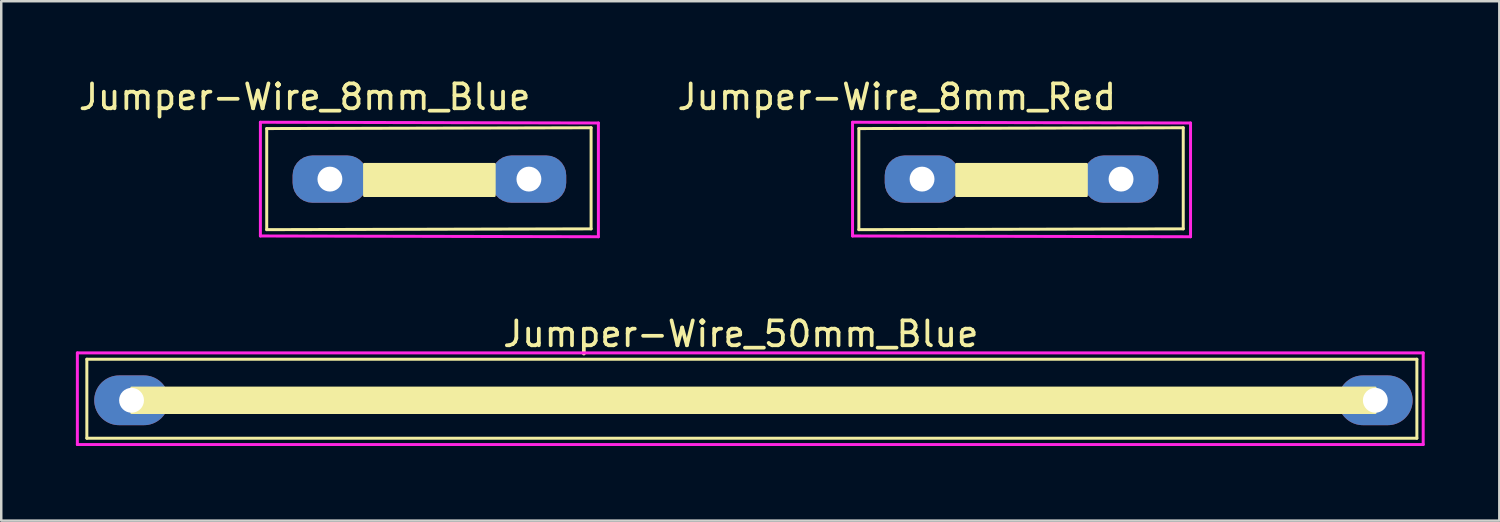
<source format=kicad_pcb>
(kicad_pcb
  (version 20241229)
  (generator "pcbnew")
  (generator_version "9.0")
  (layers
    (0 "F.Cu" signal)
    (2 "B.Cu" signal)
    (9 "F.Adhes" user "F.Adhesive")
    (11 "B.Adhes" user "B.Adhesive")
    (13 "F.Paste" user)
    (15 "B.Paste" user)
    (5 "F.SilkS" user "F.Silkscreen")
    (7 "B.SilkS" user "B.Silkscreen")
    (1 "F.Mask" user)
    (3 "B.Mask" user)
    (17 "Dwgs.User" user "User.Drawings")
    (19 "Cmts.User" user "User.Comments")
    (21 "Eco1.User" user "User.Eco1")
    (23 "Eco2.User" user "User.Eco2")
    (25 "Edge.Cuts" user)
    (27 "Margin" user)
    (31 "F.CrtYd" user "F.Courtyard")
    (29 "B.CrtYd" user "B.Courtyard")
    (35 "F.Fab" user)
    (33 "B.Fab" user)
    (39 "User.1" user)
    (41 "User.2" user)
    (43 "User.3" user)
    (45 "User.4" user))
  (footprint "Jumper-Wire_50mm_Blue"
    (layer "F.Cu")
    (at 27.238 13.042)
    (property "Reference" "Jumper-Wire_50mm_Blue" (at -0.508 -2.667 0) (layer "F.SilkS") (effects (font (size 1 1) (thickness 0.15))))
    (attr through_hole)
    (fp_line (start -26.797 -1.651) (end 26.67 -1.651) (stroke (width 0.12) (type solid)) (layer "F.SilkS"))
    (fp_line (start -26.797 1.524) (end -26.797 -1.651) (stroke (width 0.12) (type solid)) (layer "F.SilkS"))
    (fp_line (start 26.67 -1.651) (end 26.67 1.524) (stroke (width 0.12) (type solid)) (layer "F.SilkS"))
    (fp_line (start 26.67 1.524) (end -26.797 1.524) (stroke (width 0.12) (type solid)) (layer "F.SilkS"))
    (fp_poly (pts (xy 25 0.5) (xy -25 0.5) (xy -25 -0.5) (xy 25 -0.5)) (stroke (width 0.1) (type solid)) (fill yes) (layer "F.SilkS"))
    (fp_line (start -27.178 -1.905) (end -27.178 1.778) (stroke (width 0.12) (type solid)) (layer "F.CrtYd"))
    (fp_line (start -27.178 1.778) (end 26.924 1.778) (stroke (width 0.12) (type solid)) (layer "F.CrtYd"))
    (fp_line (start 26.924 -1.905) (end -27.178 -1.905) (stroke (width 0.12) (type solid)) (layer "F.CrtYd"))
    (fp_line (start 26.924 1.778) (end 26.924 -1.905) (stroke (width 0.12) (type solid)) (layer "F.CrtYd"))
    (pad "1" thru_hole oval (at -25 0) (size 3 2) (drill 1) (layers "B.Cu"))
    (pad "2" thru_hole oval (at 25 0) (size 3 2) (drill 1) (layers "B.Cu")))
  (footprint "Jumper-Wire_8mm_Red"
    (layer "F.Cu")
    (at 34.016 4.15)
    (property "Reference" "Jumper-Wire_8mm_Red" (at -1.016 -3.302 0) (layer "F.SilkS") (effects (font (size 1 1) (thickness 0.15))))
    (attr through_hole)
    (fp_line (start -2.54 -2.032) (end 10.5 -2.064) (stroke (width 0.12) (type solid)) (layer "F.SilkS"))
    (fp_line (start -2.54 2.032) (end -2.54 -2.032) (stroke (width 0.12) (type solid)) (layer "F.SilkS"))
    (fp_line (start 10.5 -2.064) (end 10.5 2) (stroke (width 0.12) (type solid)) (layer "F.SilkS"))
    (fp_line (start 10.5 2) (end -2.54 2.032) (stroke (width 0.12) (type solid)) (layer "F.SilkS"))
    (fp_poly (pts (xy 6.614 0.67) (xy 1.384 0.67) (xy 1.384 -0.6) (xy 6.614 -0.6)) (stroke (width 0.1) (type solid)) (fill yes) (layer "F.SilkS"))
    (fp_line (start -2.794 -2.286) (end 10.793 -2.255) (stroke (width 0.12) (type solid)) (layer "F.CrtYd"))
    (fp_line (start -2.794 2.286) (end -2.794 -2.286) (stroke (width 0.12) (type solid)) (layer "F.CrtYd"))
    (fp_line (start 10.793 -2.255) (end 10.793 2.317) (stroke (width 0.12) (type solid)) (layer "F.CrtYd"))
    (fp_line (start 10.793 2.317) (end -2.794 2.286) (stroke (width 0.12) (type solid)) (layer "F.CrtYd"))
    (pad "1" thru_hole roundrect (at 0 0) (size 3 1.9) (drill 1) (layers "B.Cu") (roundrect_rratio 0.421))
    (pad "2" thru_hole roundrect (at 8 0) (size 3 1.9) (drill 1) (layers "B.Cu") (roundrect_rratio 0.421)))
  (footprint "Jumper-Wire_8mm_Blue"
    (layer "F.Cu")
    (at 10.212 4.15)
    (property "Reference" "Jumper-Wire_8mm_Blue" (at -1.016 -3.302 0) (layer "F.SilkS") (effects (font (size 1 1) (thickness 0.15))))
    (attr through_hole)
    (fp_line (start -2.54 -2.032) (end 10.5 -2.064) (stroke (width 0.12) (type solid)) (layer "F.SilkS"))
    (fp_line (start -2.54 2.032) (end -2.54 -2.032) (stroke (width 0.12) (type solid)) (layer "F.SilkS"))
    (fp_line (start 10.5 -2.064) (end 10.5 2) (stroke (width 0.12) (type solid)) (layer "F.SilkS"))
    (fp_line (start 10.5 2) (end -2.54 2.032) (stroke (width 0.12) (type solid)) (layer "F.SilkS"))
    (fp_poly (pts (xy 6.614 0.67) (xy 1.384 0.67) (xy 1.384 -0.6) (xy 6.614 -0.6)) (stroke (width 0.1) (type solid)) (fill yes) (layer "F.SilkS"))
    (fp_line (start -2.794 -2.286) (end 10.793 -2.255) (stroke (width 0.12) (type solid)) (layer "F.CrtYd"))
    (fp_line (start -2.794 2.286) (end -2.794 -2.286) (stroke (width 0.12) (type solid)) (layer "F.CrtYd"))
    (fp_line (start 10.793 -2.255) (end 10.793 2.317) (stroke (width 0.12) (type solid)) (layer "F.CrtYd"))
    (fp_line (start 10.793 2.317) (end -2.794 2.286) (stroke (width 0.12) (type solid)) (layer "F.CrtYd"))
    (pad "1" thru_hole roundrect (at 0 0) (size 3 1.9) (drill 1) (layers "B.Cu") (roundrect_rratio 0.421))
    (pad "2" thru_hole roundrect (at 8 0) (size 3 1.9) (drill 1) (layers "B.Cu") (roundrect_rratio 0.421)))
  (gr_rect
    (start -3 -3)
    (end 57.222 17.88)
    (stroke (width 0.1) (type default))
    (fill no)
    (layer "Edge.Cuts")))
</source>
